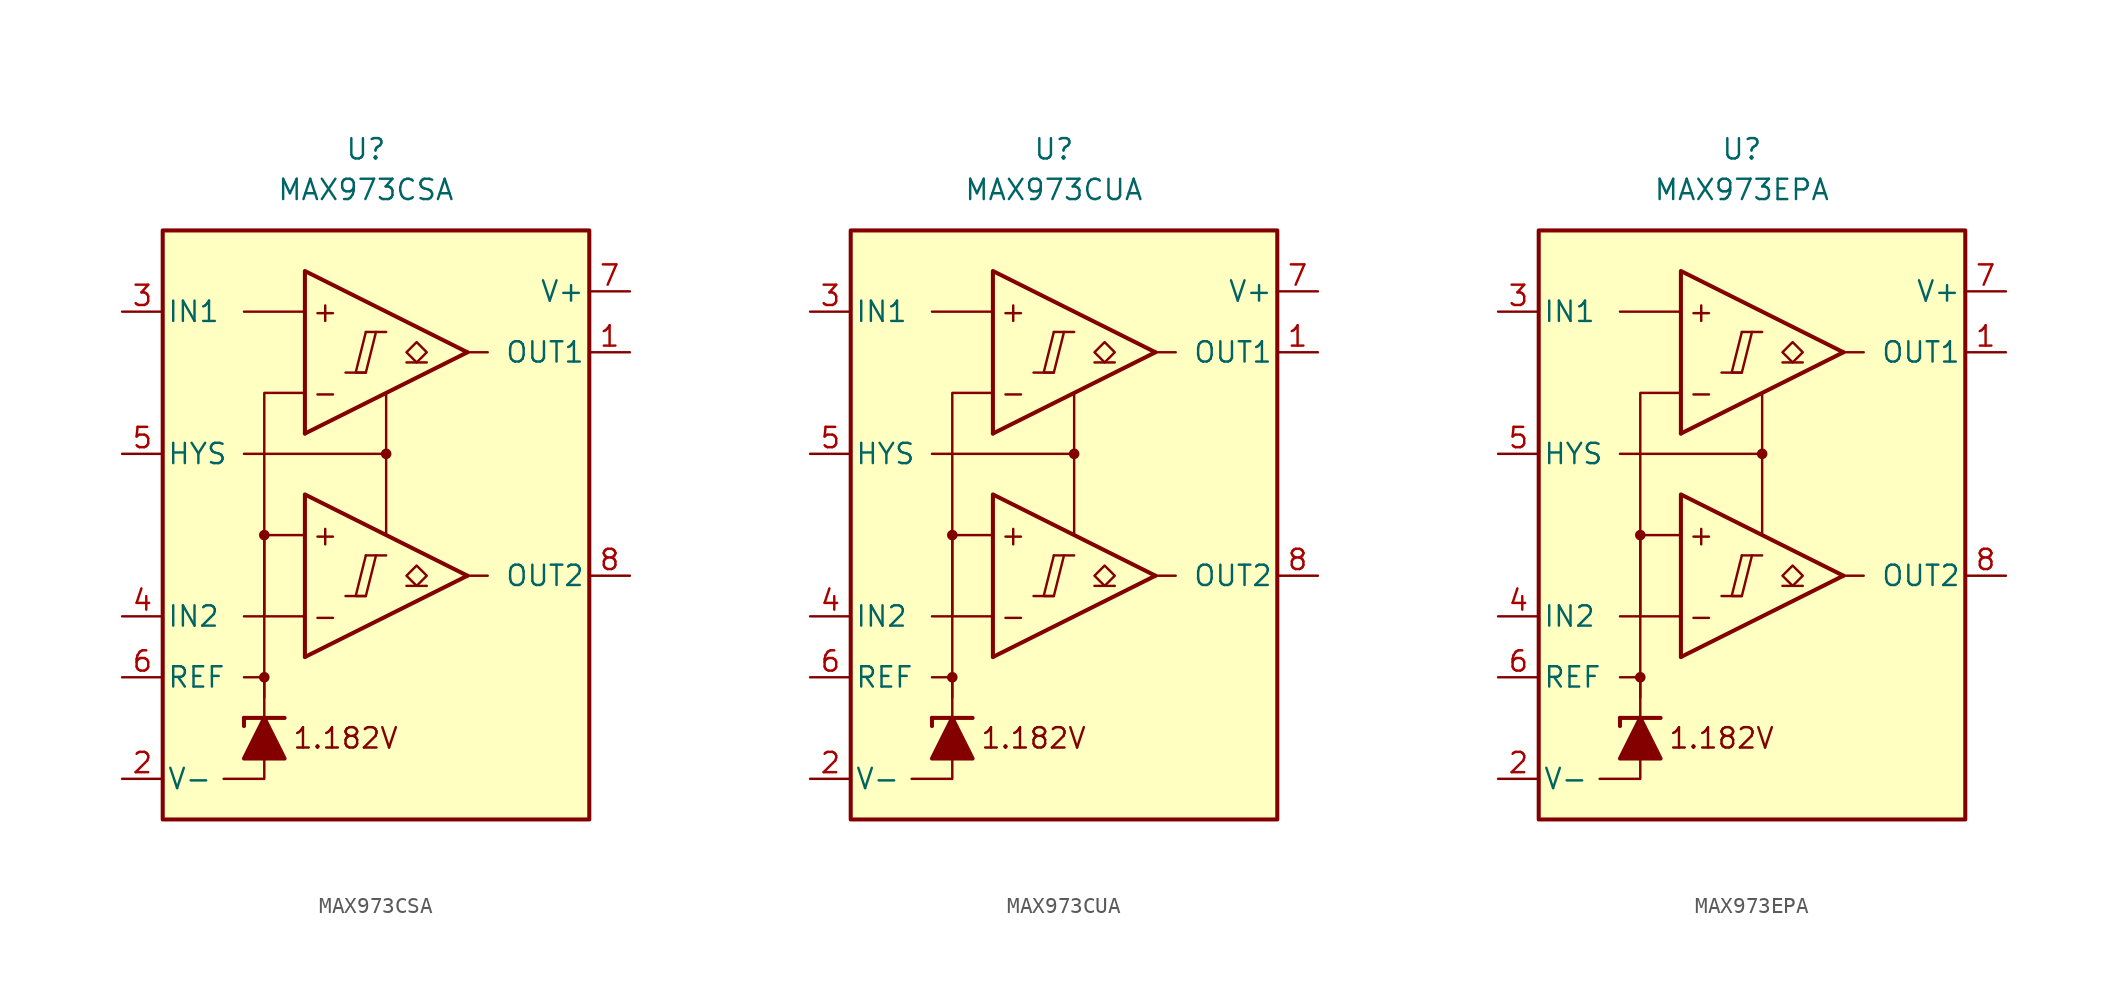
<source format=kicad_sym>
(kicad_symbol_lib
  (version 20231120)
  (generator "kicad_symbol_editor")
  (generator_version "8.0")
  (symbol "MAX973CSA"
    (pin_names
      (offset 0.254))
    (property "Reference" "U"
      (at -1.27 22.86 0)
      (effects (font (size 1.27 1.27))))
    (property "Value" "MAX973CSA"
      (at -1.27 20.32 0)
      (effects (font (size 1.27 1.27))))
    (symbol "MAX973CSA_0_0"
      (rectangle (start -13.97 17.78) (end 12.7 -19.05) (stroke (width 0.254) (type default)) (fill (type background)))
      (circle (center -7.62 -10.16) (radius 0.254) (stroke (width 0.152) (type default)) (fill (type outline)))
      (circle (center -7.62 -1.27) (radius 0.254) (stroke (width 0.152) (type default)) (fill (type outline)))
      (polyline (pts (xy -2.54 -5.08) (xy -1.27 -5.08)) (stroke (width 0.152) (type default)) (fill (type none)))
      (polyline (pts (xy -2.54 8.89) (xy -1.27 8.89)) (stroke (width 0.152) (type default)) (fill (type none)))
      (polyline (pts (xy -1.27 -2.54) (xy 0 -2.54)) (stroke (width 0.152) (type default)) (fill (type none)))
      (polyline (pts (xy -1.27 11.43) (xy 0 11.43)) (stroke (width 0.152) (type default)) (fill (type none)))
      (polyline (pts (xy 5.08 -3.81) (xy -5.08 -8.89)) (stroke (width 0.254) (type default)) (fill (type none)))
      (polyline (pts (xy 5.08 10.16) (xy -5.08 5.08)) (stroke (width 0.254) (type default)) (fill (type none)))
      (polyline (pts (xy 5.08 -3.81) (xy -5.08 1.27) (xy -5.08 -8.89)) (stroke (width 0.254) (type default)) (fill (type background)))
      (polyline (pts (xy 5.08 10.16) (xy -5.08 15.24) (xy -5.08 5.08)) (stroke (width 0.254) (type default)) (fill (type background)))
      (polyline (pts (xy -1.27 -2.54) (xy -1.905 -5.08) (xy -1.27 -5.08) (xy -0.635 -2.54)) (stroke (width 0.152) (type default)) (fill (type none)))
      (polyline (pts (xy -1.27 11.43) (xy -1.905 8.89) (xy -1.27 8.89) (xy -0.635 11.43)) (stroke (width 0.152) (type default)) (fill (type none)))
      (circle (center 0 3.81) (radius 0.254) (stroke (width 0.152) (type default)) (fill (type outline)))
      (text "+" (at -3.81 -1.27 0) (effects (font (size 1.27 1.27))))
      (text "+" (at -3.81 12.7 0) (effects (font (size 1.27 1.27))))
      (text "-" (at -3.81 -6.35 0) (effects (font (size 1.27 1.27))))
      (text "-" (at -3.81 7.62 0) (effects (font (size 1.27 1.27))))
      (text "1.182V" (at -2.54 -13.97 0) (effects (font (size 1.27 1.27)))))
    (symbol "MAX973CSA_0_1"
      (polyline (pts (xy -8.89 -12.7) (xy -8.89 -13.208)) (stroke (width 0.254) (type default)) (fill (type none)))
      (polyline (pts (xy -8.89 -12.7) (xy -6.35 -12.7)) (stroke (width 0.254) (type default)) (fill (type none)))
      (polyline (pts (xy -5.08 -6.35) (xy -8.89 -6.35)) (stroke (width 0) (type default)) (fill (type none)))
      (polyline (pts (xy -5.08 12.7) (xy -8.89 12.7)) (stroke (width 0) (type default)) (fill (type none)))
      (polyline (pts (xy 0 3.81) (xy 0 -1.27)) (stroke (width 0) (type default)) (fill (type none)))
      (polyline (pts (xy 5.08 -3.81) (xy 6.35 -3.81)) (stroke (width 0) (type default)) (fill (type none)))
      (polyline (pts (xy 5.08 10.16) (xy 6.35 10.16)) (stroke (width 0) (type default)) (fill (type none)))
      (polyline (pts (xy -7.62 -15.24) (xy -7.62 -16.51) (xy -10.16 -16.51)) (stroke (width 0) (type default)) (fill (type none)))
      (polyline (pts (xy -7.62 -12.7) (xy -7.62 -10.16) (xy -8.89 -10.16)) (stroke (width 0) (type default)) (fill (type none)))
      (polyline (pts (xy -7.62 -11.43) (xy -7.62 -1.27) (xy -5.08 -1.27)) (stroke (width 0) (type default)) (fill (type none)))
      (polyline (pts (xy -7.62 -6.35) (xy -7.62 7.62) (xy -5.08 7.62)) (stroke (width 0) (type default)) (fill (type none)))
      (polyline (pts (xy 0 7.62) (xy 0 3.81) (xy -8.89 3.81)) (stroke (width 0) (type default)) (fill (type none)))
      (polyline (pts (xy -6.35 -15.24) (xy -8.89 -15.24) (xy -7.62 -12.7) (xy -6.35 -15.24)) (stroke (width 0.254) (type default)) (fill (type outline))))
    (symbol "MAX973CSA_1_1"
      (polyline (pts (xy 2.54 -4.445) (xy 1.27 -4.445)) (stroke (width 0.152) (type default)) (fill (type none)))
      (polyline (pts (xy 2.54 9.525) (xy 1.27 9.525)) (stroke (width 0.152) (type default)) (fill (type none)))
      (polyline (pts (xy 1.905 -4.445) (xy 1.27 -3.81) (xy 1.905 -3.175) (xy 2.54 -3.81) (xy 1.905 -4.445)) (stroke (width 0.152) (type default)) (fill (type none)))
      (polyline (pts (xy 1.905 9.525) (xy 1.27 10.16) (xy 1.905 10.795) (xy 2.54 10.16) (xy 1.905 9.525)) (stroke (width 0.152) (type default)) (fill (type none)))
      (pin output line (at 15.24 10.16 180) (length 2.54) (name "OUT1" (effects (font (size 1.27 1.27)))) (number "1" (effects (font (size 1.27 1.27)))))
      (pin power_in line (at -16.51 -16.51 0) (length 2.54) (name "V-" (effects (font (size 1.27 1.27)))) (number "2" (effects (font (size 1.27 1.27)))))
      (pin input line (at -16.51 12.7 0) (length 2.54) (name "IN1" (effects (font (size 1.27 1.27)))) (number "3" (effects (font (size 1.27 1.27)))))
      (pin input line (at -16.51 -6.35 0) (length 2.54) (name "IN2" (effects (font (size 1.27 1.27)))) (number "4" (effects (font (size 1.27 1.27)))))
      (pin input line (at -16.51 3.81 0) (length 2.54) (name "HYS" (effects (font (size 1.27 1.27)))) (number "5" (effects (font (size 1.27 1.27)))))
      (pin output line (at -16.51 -10.16 0) (length 2.54) (name "REF" (effects (font (size 1.27 1.27)))) (number "6" (effects (font (size 1.27 1.27)))))
      (pin power_in line (at 15.24 13.97 180) (length 2.54) (name "V+" (effects (font (size 1.27 1.27)))) (number "7" (effects (font (size 1.27 1.27)))))
      (pin output line (at 15.24 -3.81 180) (length 2.54) (name "OUT2" (effects (font (size 1.27 1.27)))) (number "8" (effects (font (size 1.27 1.27)))))))
  (symbol "MAX973CUA"
    (pin_names
      (offset 0.254))
    (property "Reference" "U"
      (at -1.27 22.86 0)
      (effects (font (size 1.27 1.27))))
    (property "Value" "MAX973CUA"
      (at -1.27 20.32 0)
      (effects (font (size 1.27 1.27))))
    (symbol "MAX973CUA_0_0"
      (rectangle (start -13.97 17.78) (end 12.7 -19.05) (stroke (width 0.254) (type default)) (fill (type background)))
      (circle (center -7.62 -10.16) (radius 0.254) (stroke (width 0.152) (type default)) (fill (type outline)))
      (circle (center -7.62 -1.27) (radius 0.254) (stroke (width 0.152) (type default)) (fill (type outline)))
      (polyline (pts (xy -2.54 -5.08) (xy -1.27 -5.08)) (stroke (width 0.152) (type default)) (fill (type none)))
      (polyline (pts (xy -2.54 8.89) (xy -1.27 8.89)) (stroke (width 0.152) (type default)) (fill (type none)))
      (polyline (pts (xy -1.27 -2.54) (xy 0 -2.54)) (stroke (width 0.152) (type default)) (fill (type none)))
      (polyline (pts (xy -1.27 11.43) (xy 0 11.43)) (stroke (width 0.152) (type default)) (fill (type none)))
      (polyline (pts (xy 5.08 -3.81) (xy -5.08 -8.89)) (stroke (width 0.254) (type default)) (fill (type none)))
      (polyline (pts (xy 5.08 10.16) (xy -5.08 5.08)) (stroke (width 0.254) (type default)) (fill (type none)))
      (polyline (pts (xy 5.08 -3.81) (xy -5.08 1.27) (xy -5.08 -8.89)) (stroke (width 0.254) (type default)) (fill (type background)))
      (polyline (pts (xy 5.08 10.16) (xy -5.08 15.24) (xy -5.08 5.08)) (stroke (width 0.254) (type default)) (fill (type background)))
      (polyline (pts (xy -1.27 -2.54) (xy -1.905 -5.08) (xy -1.27 -5.08) (xy -0.635 -2.54)) (stroke (width 0.152) (type default)) (fill (type none)))
      (polyline (pts (xy -1.27 11.43) (xy -1.905 8.89) (xy -1.27 8.89) (xy -0.635 11.43)) (stroke (width 0.152) (type default)) (fill (type none)))
      (circle (center 0 3.81) (radius 0.254) (stroke (width 0.152) (type default)) (fill (type outline)))
      (text "+" (at -3.81 -1.27 0) (effects (font (size 1.27 1.27))))
      (text "+" (at -3.81 12.7 0) (effects (font (size 1.27 1.27))))
      (text "-" (at -3.81 -6.35 0) (effects (font (size 1.27 1.27))))
      (text "-" (at -3.81 7.62 0) (effects (font (size 1.27 1.27))))
      (text "1.182V" (at -2.54 -13.97 0) (effects (font (size 1.27 1.27)))))
    (symbol "MAX973CUA_0_1"
      (polyline (pts (xy -8.89 -12.7) (xy -8.89 -13.208)) (stroke (width 0.254) (type default)) (fill (type none)))
      (polyline (pts (xy -8.89 -12.7) (xy -6.35 -12.7)) (stroke (width 0.254) (type default)) (fill (type none)))
      (polyline (pts (xy -5.08 -6.35) (xy -8.89 -6.35)) (stroke (width 0) (type default)) (fill (type none)))
      (polyline (pts (xy -5.08 12.7) (xy -8.89 12.7)) (stroke (width 0) (type default)) (fill (type none)))
      (polyline (pts (xy 0 3.81) (xy 0 -1.27)) (stroke (width 0) (type default)) (fill (type none)))
      (polyline (pts (xy 5.08 -3.81) (xy 6.35 -3.81)) (stroke (width 0) (type default)) (fill (type none)))
      (polyline (pts (xy 5.08 10.16) (xy 6.35 10.16)) (stroke (width 0) (type default)) (fill (type none)))
      (polyline (pts (xy -7.62 -15.24) (xy -7.62 -16.51) (xy -10.16 -16.51)) (stroke (width 0) (type default)) (fill (type none)))
      (polyline (pts (xy -7.62 -12.7) (xy -7.62 -10.16) (xy -8.89 -10.16)) (stroke (width 0) (type default)) (fill (type none)))
      (polyline (pts (xy -7.62 -11.43) (xy -7.62 -1.27) (xy -5.08 -1.27)) (stroke (width 0) (type default)) (fill (type none)))
      (polyline (pts (xy -7.62 -6.35) (xy -7.62 7.62) (xy -5.08 7.62)) (stroke (width 0) (type default)) (fill (type none)))
      (polyline (pts (xy 0 7.62) (xy 0 3.81) (xy -8.89 3.81)) (stroke (width 0) (type default)) (fill (type none)))
      (polyline (pts (xy -6.35 -15.24) (xy -8.89 -15.24) (xy -7.62 -12.7) (xy -6.35 -15.24)) (stroke (width 0.254) (type default)) (fill (type outline))))
    (symbol "MAX973CUA_1_1"
      (polyline (pts (xy 2.54 -4.445) (xy 1.27 -4.445)) (stroke (width 0.152) (type default)) (fill (type none)))
      (polyline (pts (xy 2.54 9.525) (xy 1.27 9.525)) (stroke (width 0.152) (type default)) (fill (type none)))
      (polyline (pts (xy 1.905 -4.445) (xy 1.27 -3.81) (xy 1.905 -3.175) (xy 2.54 -3.81) (xy 1.905 -4.445)) (stroke (width 0.152) (type default)) (fill (type none)))
      (polyline (pts (xy 1.905 9.525) (xy 1.27 10.16) (xy 1.905 10.795) (xy 2.54 10.16) (xy 1.905 9.525)) (stroke (width 0.152) (type default)) (fill (type none)))
      (pin output line (at 15.24 10.16 180) (length 2.54) (name "OUT1" (effects (font (size 1.27 1.27)))) (number "1" (effects (font (size 1.27 1.27)))))
      (pin power_in line (at -16.51 -16.51 0) (length 2.54) (name "V-" (effects (font (size 1.27 1.27)))) (number "2" (effects (font (size 1.27 1.27)))))
      (pin input line (at -16.51 12.7 0) (length 2.54) (name "IN1" (effects (font (size 1.27 1.27)))) (number "3" (effects (font (size 1.27 1.27)))))
      (pin input line (at -16.51 -6.35 0) (length 2.54) (name "IN2" (effects (font (size 1.27 1.27)))) (number "4" (effects (font (size 1.27 1.27)))))
      (pin input line (at -16.51 3.81 0) (length 2.54) (name "HYS" (effects (font (size 1.27 1.27)))) (number "5" (effects (font (size 1.27 1.27)))))
      (pin output line (at -16.51 -10.16 0) (length 2.54) (name "REF" (effects (font (size 1.27 1.27)))) (number "6" (effects (font (size 1.27 1.27)))))
      (pin power_in line (at 15.24 13.97 180) (length 2.54) (name "V+" (effects (font (size 1.27 1.27)))) (number "7" (effects (font (size 1.27 1.27)))))
      (pin output line (at 15.24 -3.81 180) (length 2.54) (name "OUT2" (effects (font (size 1.27 1.27)))) (number "8" (effects (font (size 1.27 1.27)))))))
  (symbol "MAX973EPA"
    (pin_names
      (offset 0.254))
    (property "Reference" "U"
      (at -1.27 22.86 0)
      (effects (font (size 1.27 1.27))))
    (property "Value" "MAX973EPA"
      (at -1.27 20.32 0)
      (effects (font (size 1.27 1.27))))
    (symbol "MAX973EPA_0_0"
      (rectangle (start -13.97 17.78) (end 12.7 -19.05) (stroke (width 0.254) (type default)) (fill (type background)))
      (circle (center -7.62 -10.16) (radius 0.254) (stroke (width 0.152) (type default)) (fill (type outline)))
      (circle (center -7.62 -1.27) (radius 0.254) (stroke (width 0.152) (type default)) (fill (type outline)))
      (polyline (pts (xy -2.54 -5.08) (xy -1.27 -5.08)) (stroke (width 0.152) (type default)) (fill (type none)))
      (polyline (pts (xy -2.54 8.89) (xy -1.27 8.89)) (stroke (width 0.152) (type default)) (fill (type none)))
      (polyline (pts (xy -1.27 -2.54) (xy 0 -2.54)) (stroke (width 0.152) (type default)) (fill (type none)))
      (polyline (pts (xy -1.27 11.43) (xy 0 11.43)) (stroke (width 0.152) (type default)) (fill (type none)))
      (polyline (pts (xy 5.08 -3.81) (xy -5.08 -8.89)) (stroke (width 0.254) (type default)) (fill (type none)))
      (polyline (pts (xy 5.08 10.16) (xy -5.08 5.08)) (stroke (width 0.254) (type default)) (fill (type none)))
      (polyline (pts (xy 5.08 -3.81) (xy -5.08 1.27) (xy -5.08 -8.89)) (stroke (width 0.254) (type default)) (fill (type background)))
      (polyline (pts (xy 5.08 10.16) (xy -5.08 15.24) (xy -5.08 5.08)) (stroke (width 0.254) (type default)) (fill (type background)))
      (polyline (pts (xy -1.27 -2.54) (xy -1.905 -5.08) (xy -1.27 -5.08) (xy -0.635 -2.54)) (stroke (width 0.152) (type default)) (fill (type none)))
      (polyline (pts (xy -1.27 11.43) (xy -1.905 8.89) (xy -1.27 8.89) (xy -0.635 11.43)) (stroke (width 0.152) (type default)) (fill (type none)))
      (circle (center 0 3.81) (radius 0.254) (stroke (width 0.152) (type default)) (fill (type outline)))
      (text "+" (at -3.81 -1.27 0) (effects (font (size 1.27 1.27))))
      (text "+" (at -3.81 12.7 0) (effects (font (size 1.27 1.27))))
      (text "-" (at -3.81 -6.35 0) (effects (font (size 1.27 1.27))))
      (text "-" (at -3.81 7.62 0) (effects (font (size 1.27 1.27))))
      (text "1.182V" (at -2.54 -13.97 0) (effects (font (size 1.27 1.27)))))
    (symbol "MAX973EPA_0_1"
      (polyline (pts (xy -8.89 -12.7) (xy -8.89 -13.208)) (stroke (width 0.254) (type default)) (fill (type none)))
      (polyline (pts (xy -8.89 -12.7) (xy -6.35 -12.7)) (stroke (width 0.254) (type default)) (fill (type none)))
      (polyline (pts (xy -5.08 -6.35) (xy -8.89 -6.35)) (stroke (width 0) (type default)) (fill (type none)))
      (polyline (pts (xy -5.08 12.7) (xy -8.89 12.7)) (stroke (width 0) (type default)) (fill (type none)))
      (polyline (pts (xy 0 3.81) (xy 0 -1.27)) (stroke (width 0) (type default)) (fill (type none)))
      (polyline (pts (xy 5.08 -3.81) (xy 6.35 -3.81)) (stroke (width 0) (type default)) (fill (type none)))
      (polyline (pts (xy 5.08 10.16) (xy 6.35 10.16)) (stroke (width 0) (type default)) (fill (type none)))
      (polyline (pts (xy -7.62 -15.24) (xy -7.62 -16.51) (xy -10.16 -16.51)) (stroke (width 0) (type default)) (fill (type none)))
      (polyline (pts (xy -7.62 -12.7) (xy -7.62 -10.16) (xy -8.89 -10.16)) (stroke (width 0) (type default)) (fill (type none)))
      (polyline (pts (xy -7.62 -11.43) (xy -7.62 -1.27) (xy -5.08 -1.27)) (stroke (width 0) (type default)) (fill (type none)))
      (polyline (pts (xy -7.62 -6.35) (xy -7.62 7.62) (xy -5.08 7.62)) (stroke (width 0) (type default)) (fill (type none)))
      (polyline (pts (xy 0 7.62) (xy 0 3.81) (xy -8.89 3.81)) (stroke (width 0) (type default)) (fill (type none)))
      (polyline (pts (xy -6.35 -15.24) (xy -8.89 -15.24) (xy -7.62 -12.7) (xy -6.35 -15.24)) (stroke (width 0.254) (type default)) (fill (type outline))))
    (symbol "MAX973EPA_1_1"
      (polyline (pts (xy 2.54 -4.445) (xy 1.27 -4.445)) (stroke (width 0.152) (type default)) (fill (type none)))
      (polyline (pts (xy 2.54 9.525) (xy 1.27 9.525)) (stroke (width 0.152) (type default)) (fill (type none)))
      (polyline (pts (xy 1.905 -4.445) (xy 1.27 -3.81) (xy 1.905 -3.175) (xy 2.54 -3.81) (xy 1.905 -4.445)) (stroke (width 0.152) (type default)) (fill (type none)))
      (polyline (pts (xy 1.905 9.525) (xy 1.27 10.16) (xy 1.905 10.795) (xy 2.54 10.16) (xy 1.905 9.525)) (stroke (width 0.152) (type default)) (fill (type none)))
      (pin output line (at 15.24 10.16 180) (length 2.54) (name "OUT1" (effects (font (size 1.27 1.27)))) (number "1" (effects (font (size 1.27 1.27)))))
      (pin power_in line (at -16.51 -16.51 0) (length 2.54) (name "V-" (effects (font (size 1.27 1.27)))) (number "2" (effects (font (size 1.27 1.27)))))
      (pin input line (at -16.51 12.7 0) (length 2.54) (name "IN1" (effects (font (size 1.27 1.27)))) (number "3" (effects (font (size 1.27 1.27)))))
      (pin input line (at -16.51 -6.35 0) (length 2.54) (name "IN2" (effects (font (size 1.27 1.27)))) (number "4" (effects (font (size 1.27 1.27)))))
      (pin input line (at -16.51 3.81 0) (length 2.54) (name "HYS" (effects (font (size 1.27 1.27)))) (number "5" (effects (font (size 1.27 1.27)))))
      (pin output line (at -16.51 -10.16 0) (length 2.54) (name "REF" (effects (font (size 1.27 1.27)))) (number "6" (effects (font (size 1.27 1.27)))))
      (pin power_in line (at 15.24 13.97 180) (length 2.54) (name "V+" (effects (font (size 1.27 1.27)))) (number "7" (effects (font (size 1.27 1.27)))))
      (pin output line (at 15.24 -3.81 180) (length 2.54) (name "OUT2" (effects (font (size 1.27 1.27)))) (number "8" (effects (font (size 1.27 1.27))))))))
</source>
